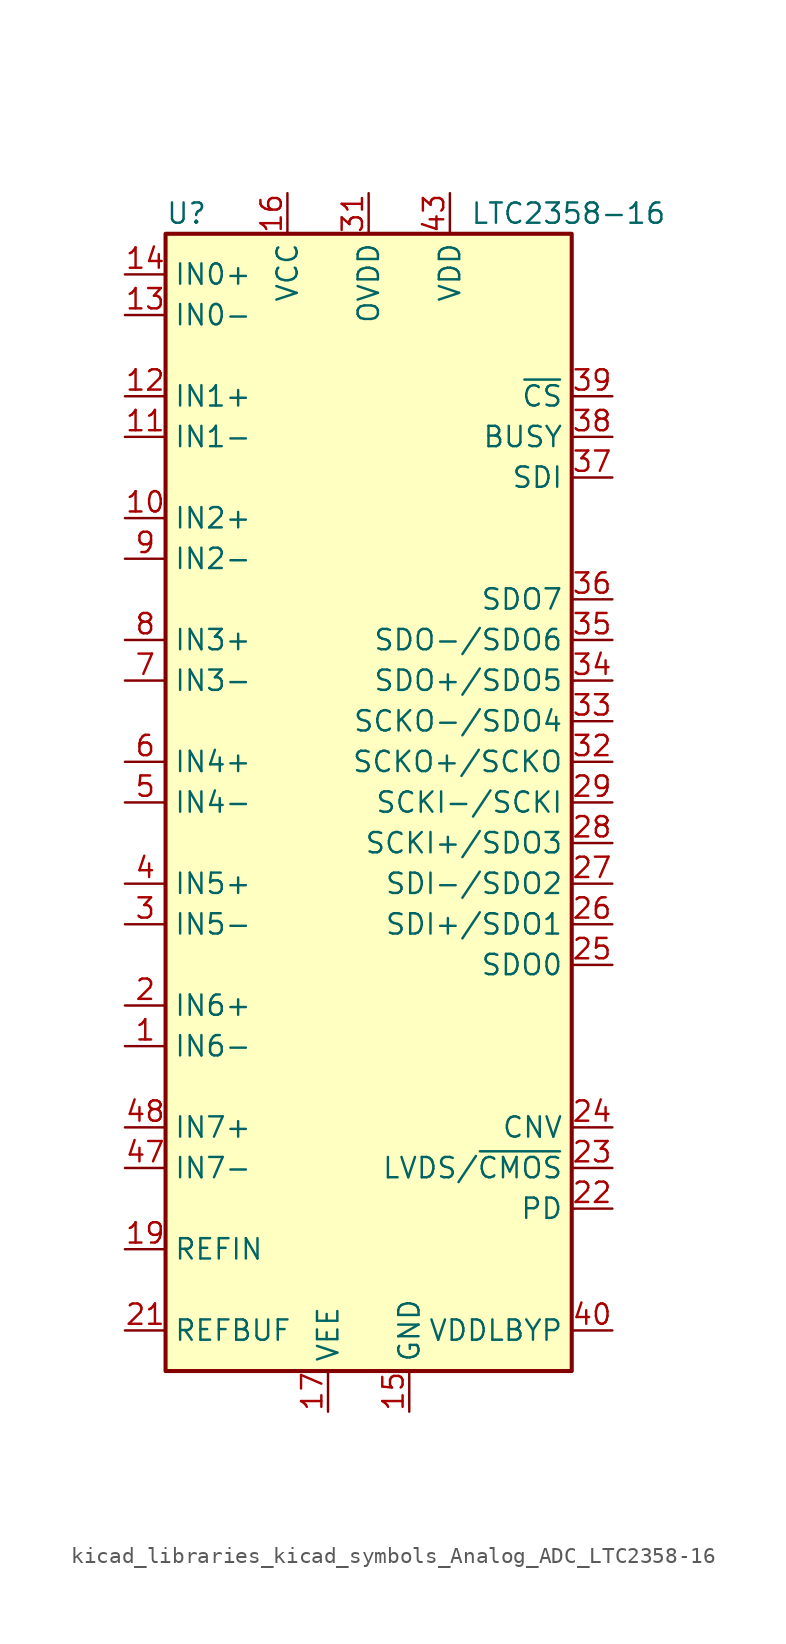
<source format=kicad_sym>
(kicad_symbol_lib
  (version 20220914)
  (generator kicad_symbol_editor)
  (symbol "kicad_libraries_kicad_symbols_Analog_ADC_LTC2358-16"
    (property "Reference" "U"
      (at -12.7 36.83 0)
      (effects (font (size 1.27 1.27)) (justify left)))
    (property "Value" "LTC2358-16"
      (at 6.35 36.83 0)
      (effects (font (size 1.27 1.27)) (justify left)))
    (symbol "kicad_libraries_kicad_symbols_Analog_ADC_LTC2358-16_0_1"
      (rectangle (start -12.7 35.56) (end 12.7 -35.56) (stroke (width 0.254) (type default)) (fill (type background))))
    (symbol "kicad_libraries_kicad_symbols_Analog_ADC_LTC2358-16_1_1"
      (pin input line (at -15.24 -15.24 0) (length 2.54) (name "IN6-" (effects (font (size 1.27 1.27)))) (number "1" (effects (font (size 1.27 1.27)))))
      (pin input line (at -15.24 17.78 0) (length 2.54) (name "IN2+" (effects (font (size 1.27 1.27)))) (number "10" (effects (font (size 1.27 1.27)))))
      (pin input line (at -15.24 22.86 0) (length 2.54) (name "IN1-" (effects (font (size 1.27 1.27)))) (number "11" (effects (font (size 1.27 1.27)))))
      (pin input line (at -15.24 25.4 0) (length 2.54) (name "IN1+" (effects (font (size 1.27 1.27)))) (number "12" (effects (font (size 1.27 1.27)))))
      (pin input line (at -15.24 30.48 0) (length 2.54) (name "IN0-" (effects (font (size 1.27 1.27)))) (number "13" (effects (font (size 1.27 1.27)))))
      (pin input line (at -15.24 33.02 0) (length 2.54) (name "IN0+" (effects (font (size 1.27 1.27)))) (number "14" (effects (font (size 1.27 1.27)))))
      (pin power_in line (at 2.54 -38.1 90) (length 2.54) (name "GND" (effects (font (size 1.27 1.27)))) (number "15" (effects (font (size 1.27 1.27)))))
      (pin power_in line (at -5.08 38.1 270) (length 2.54) (name "VCC" (effects (font (size 1.27 1.27)))) (number "16" (effects (font (size 1.27 1.27)))))
      (pin power_in line (at -2.54 -38.1 90) (length 2.54) (name "VEE" (effects (font (size 1.27 1.27)))) (number "17" (effects (font (size 1.27 1.27)))))
      (pin passive line (at 2.54 -38.1 90) (length 2.54) hide (name "GND" (effects (font (size 1.27 1.27)))) (number "18" (effects (font (size 1.27 1.27)))))
      (pin passive line (at -15.24 -27.94 0) (length 2.54) (name "REFIN" (effects (font (size 1.27 1.27)))) (number "19" (effects (font (size 1.27 1.27)))))
      (pin input line (at -15.24 -12.7 0) (length 2.54) (name "IN6+" (effects (font (size 1.27 1.27)))) (number "2" (effects (font (size 1.27 1.27)))))
      (pin passive line (at 2.54 -38.1 90) (length 2.54) hide (name "GND" (effects (font (size 1.27 1.27)))) (number "20" (effects (font (size 1.27 1.27)))))
      (pin passive line (at -15.24 -33.02 0) (length 2.54) (name "REFBUF" (effects (font (size 1.27 1.27)))) (number "21" (effects (font (size 1.27 1.27)))))
      (pin input line (at 15.24 -25.4 180) (length 2.54) (name "PD" (effects (font (size 1.27 1.27)))) (number "22" (effects (font (size 1.27 1.27)))))
      (pin input line (at 15.24 -22.86 180) (length 2.54) (name "LVDS/~{CMOS}" (effects (font (size 1.27 1.27)))) (number "23" (effects (font (size 1.27 1.27)))))
      (pin input line (at 15.24 -20.32 180) (length 2.54) (name "CNV" (effects (font (size 1.27 1.27)))) (number "24" (effects (font (size 1.27 1.27)))))
      (pin tri_state line (at 15.24 -10.16 180) (length 2.54) (name "SDO0" (effects (font (size 1.27 1.27)))) (number "25" (effects (font (size 1.27 1.27)))))
      (pin bidirectional line (at 15.24 -7.62 180) (length 2.54) (name "SDI+/SDO1" (effects (font (size 1.27 1.27)))) (number "26" (effects (font (size 1.27 1.27)))))
      (pin bidirectional line (at 15.24 -5.08 180) (length 2.54) (name "SDI-/SDO2" (effects (font (size 1.27 1.27)))) (number "27" (effects (font (size 1.27 1.27)))))
      (pin bidirectional line (at 15.24 -2.54 180) (length 2.54) (name "SCKI+/SDO3" (effects (font (size 1.27 1.27)))) (number "28" (effects (font (size 1.27 1.27)))))
      (pin input line (at 15.24 0 180) (length 2.54) (name "SCKI-/SCKI" (effects (font (size 1.27 1.27)))) (number "29" (effects (font (size 1.27 1.27)))))
      (pin input line (at -15.24 -7.62 0) (length 2.54) (name "IN5-" (effects (font (size 1.27 1.27)))) (number "3" (effects (font (size 1.27 1.27)))))
      (pin passive line (at 2.54 -38.1 90) (length 2.54) hide (name "GND" (effects (font (size 1.27 1.27)))) (number "30" (effects (font (size 1.27 1.27)))))
      (pin power_in line (at 0 38.1 270) (length 2.54) (name "OVDD" (effects (font (size 1.27 1.27)))) (number "31" (effects (font (size 1.27 1.27)))))
      (pin tri_state line (at 15.24 2.54 180) (length 2.54) (name "SCKO+/SCKO" (effects (font (size 1.27 1.27)))) (number "32" (effects (font (size 1.27 1.27)))))
      (pin tri_state line (at 15.24 5.08 180) (length 2.54) (name "SCKO-/SDO4" (effects (font (size 1.27 1.27)))) (number "33" (effects (font (size 1.27 1.27)))))
      (pin tri_state line (at 15.24 7.62 180) (length 2.54) (name "SDO+/SDO5" (effects (font (size 1.27 1.27)))) (number "34" (effects (font (size 1.27 1.27)))))
      (pin tri_state line (at 15.24 10.16 180) (length 2.54) (name "SDO-/SDO6" (effects (font (size 1.27 1.27)))) (number "35" (effects (font (size 1.27 1.27)))))
      (pin tri_state line (at 15.24 12.7 180) (length 2.54) (name "SDO7" (effects (font (size 1.27 1.27)))) (number "36" (effects (font (size 1.27 1.27)))))
      (pin input line (at 15.24 20.32 180) (length 2.54) (name "SDI" (effects (font (size 1.27 1.27)))) (number "37" (effects (font (size 1.27 1.27)))))
      (pin output line (at 15.24 22.86 180) (length 2.54) (name "BUSY" (effects (font (size 1.27 1.27)))) (number "38" (effects (font (size 1.27 1.27)))))
      (pin input line (at 15.24 25.4 180) (length 2.54) (name "~{CS}" (effects (font (size 1.27 1.27)))) (number "39" (effects (font (size 1.27 1.27)))))
      (pin input line (at -15.24 -5.08 0) (length 2.54) (name "IN5+" (effects (font (size 1.27 1.27)))) (number "4" (effects (font (size 1.27 1.27)))))
      (pin passive line (at 15.24 -33.02 180) (length 2.54) (name "VDDLBYP" (effects (font (size 1.27 1.27)))) (number "40" (effects (font (size 1.27 1.27)))))
      (pin passive line (at 2.54 -38.1 90) (length 2.54) hide (name "GND" (effects (font (size 1.27 1.27)))) (number "41" (effects (font (size 1.27 1.27)))))
      (pin passive line (at 5.08 38.1 270) (length 2.54) hide (name "VDD" (effects (font (size 1.27 1.27)))) (number "42" (effects (font (size 1.27 1.27)))))
      (pin power_in line (at 5.08 38.1 270) (length 2.54) (name "VDD" (effects (font (size 1.27 1.27)))) (number "43" (effects (font (size 1.27 1.27)))))
      (pin passive line (at 2.54 -38.1 90) (length 2.54) hide (name "GND" (effects (font (size 1.27 1.27)))) (number "44" (effects (font (size 1.27 1.27)))))
      (pin passive line (at -2.54 -38.1 90) (length 2.54) hide (name "VEE" (effects (font (size 1.27 1.27)))) (number "45" (effects (font (size 1.27 1.27)))))
      (pin passive line (at 2.54 -38.1 90) (length 2.54) hide (name "GND" (effects (font (size 1.27 1.27)))) (number "46" (effects (font (size 1.27 1.27)))))
      (pin input line (at -15.24 -22.86 0) (length 2.54) (name "IN7-" (effects (font (size 1.27 1.27)))) (number "47" (effects (font (size 1.27 1.27)))))
      (pin input line (at -15.24 -20.32 0) (length 2.54) (name "IN7+" (effects (font (size 1.27 1.27)))) (number "48" (effects (font (size 1.27 1.27)))))
      (pin input line (at -15.24 0 0) (length 2.54) (name "IN4-" (effects (font (size 1.27 1.27)))) (number "5" (effects (font (size 1.27 1.27)))))
      (pin input line (at -15.24 2.54 0) (length 2.54) (name "IN4+" (effects (font (size 1.27 1.27)))) (number "6" (effects (font (size 1.27 1.27)))))
      (pin input line (at -15.24 7.62 0) (length 2.54) (name "IN3-" (effects (font (size 1.27 1.27)))) (number "7" (effects (font (size 1.27 1.27)))))
      (pin input line (at -15.24 10.16 0) (length 2.54) (name "IN3+" (effects (font (size 1.27 1.27)))) (number "8" (effects (font (size 1.27 1.27)))))
      (pin input line (at -15.24 15.24 0) (length 2.54) (name "IN2-" (effects (font (size 1.27 1.27)))) (number "9" (effects (font (size 1.27 1.27))))))))
</source>
